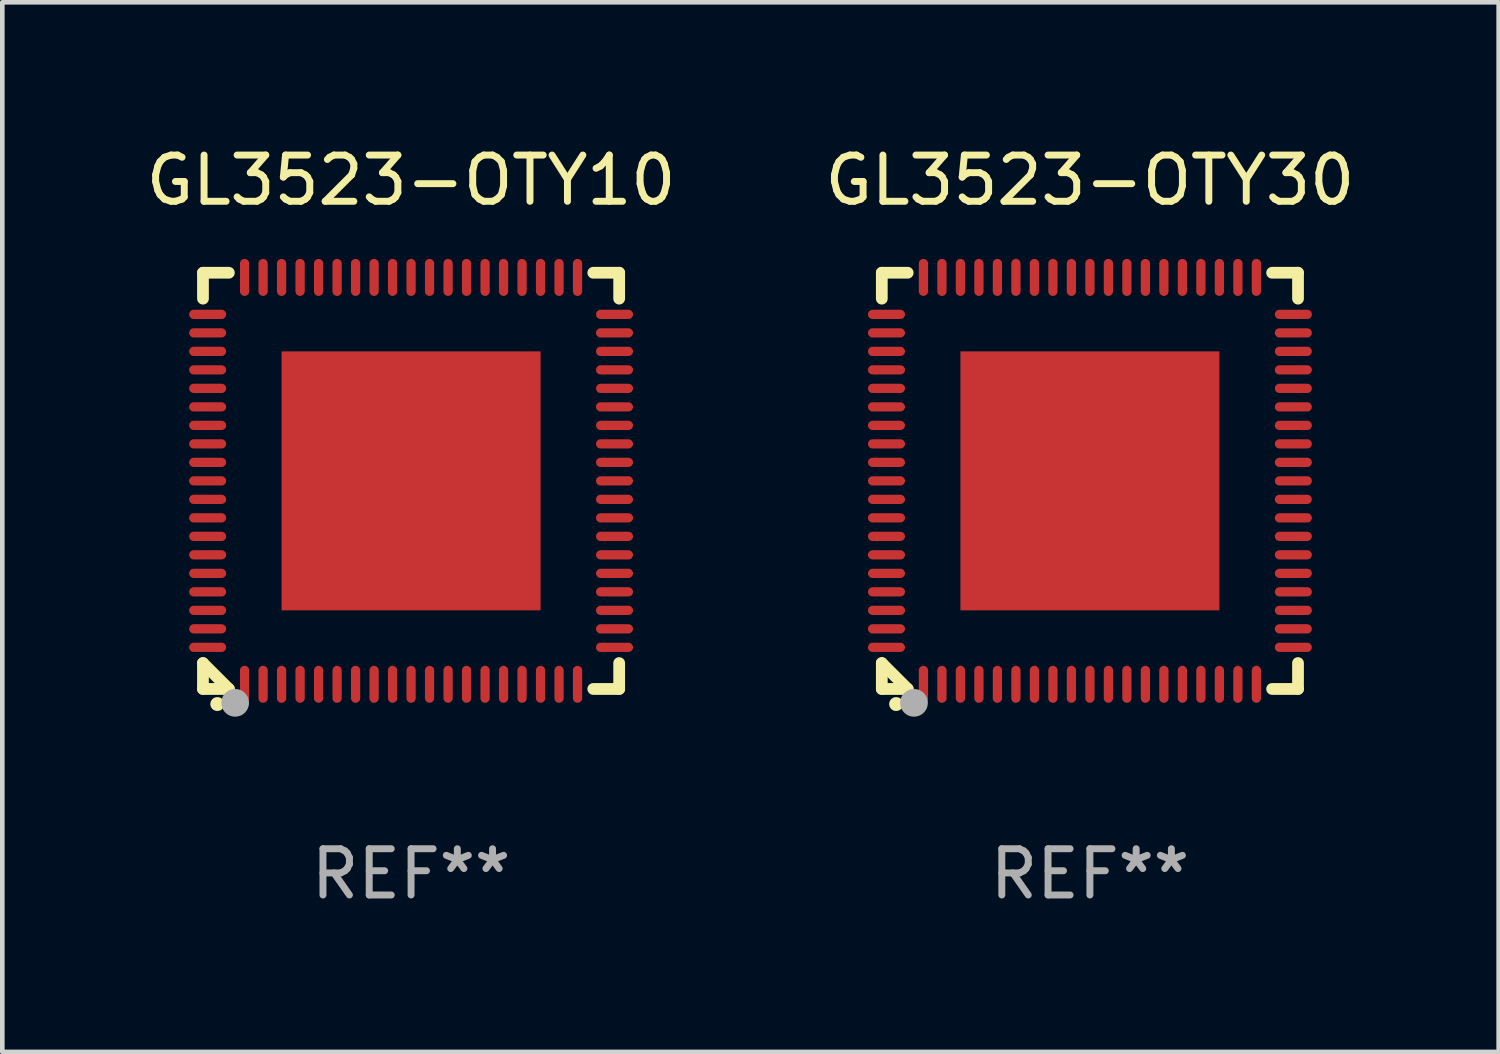
<source format=kicad_pcb>
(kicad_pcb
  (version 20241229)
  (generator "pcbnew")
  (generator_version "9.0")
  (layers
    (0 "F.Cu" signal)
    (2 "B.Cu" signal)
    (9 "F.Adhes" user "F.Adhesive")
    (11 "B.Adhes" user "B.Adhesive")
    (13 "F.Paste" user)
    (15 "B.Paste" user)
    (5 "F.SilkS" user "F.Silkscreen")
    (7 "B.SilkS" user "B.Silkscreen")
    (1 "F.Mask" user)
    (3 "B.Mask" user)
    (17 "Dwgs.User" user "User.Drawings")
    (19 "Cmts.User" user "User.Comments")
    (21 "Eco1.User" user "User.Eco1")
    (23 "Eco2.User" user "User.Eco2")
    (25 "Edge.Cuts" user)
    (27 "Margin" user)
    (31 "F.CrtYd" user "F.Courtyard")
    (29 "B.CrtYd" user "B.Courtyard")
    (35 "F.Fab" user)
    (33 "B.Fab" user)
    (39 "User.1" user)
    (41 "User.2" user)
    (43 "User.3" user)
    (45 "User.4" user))
  (footprint "GL3523-OTY30"
    (layer "F.Cu")
    (at 20.518 7.348)
    (property "Reference" "GL3523-OTY30" (at 0 -6.5 0) (layer "F.SilkS") (effects (font (size 1 1) (thickness 0.15))))
    (attr through_hole)
    (fp_line (start -4.5 -4.5) (end -3.94 -4.5) (stroke (width 0.254) (type solid)) (layer "F.SilkS"))
    (fp_line (start -4.5 -3.94) (end -4.5 -4.5) (stroke (width 0.254) (type solid)) (layer "F.SilkS"))
    (fp_line (start -4.5 4.5) (end -4.5 3.94) (stroke (width 0.254) (type solid)) (layer "F.SilkS"))
    (fp_line (start -4.5 4.5) (end -3.94 4.5) (stroke (width 0.254) (type solid)) (layer "F.SilkS"))
    (fp_line (start -4.5 3.94) (end -3.94 4.5) (stroke (width 0.254) (type solid)) (layer "F.SilkS"))
    (fp_line (start 3.94 -4.5) (end 4.5 -4.5) (stroke (width 0.254) (type solid)) (layer "F.SilkS"))
    (fp_line (start 3.94 4.5) (end 4.5 4.5) (stroke (width 0.254) (type solid)) (layer "F.SilkS"))
    (fp_line (start 4.5 -4.5) (end 4.5 -3.94) (stroke (width 0.254) (type solid)) (layer "F.SilkS"))
    (fp_line (start 4.5 3.94) (end 4.5 4.5) (stroke (width 0.254) (type solid)) (layer "F.SilkS"))
    (fp_arc (start -4.190907 4.826073) (mid -4.189637 4.826068) (end -4.188367 4.826073) (stroke (width 0.3) (type solid)) (layer "F.SilkS"))
    (fp_circle (center -4.5 4.5) (end -4.47 4.5) (stroke (width 0.06) (type solid)) (fill no) (layer "F.SilkS"))
    (fp_circle (center -3.804 4.8) (end -3.654 4.8) (stroke (width 0.3) (type solid)) (fill no) (layer "F.Fab"))
    (fp_text user "REF**" (at 0 8.5 0) (layer "F.Fab") (effects (font (size 1 1) (thickness 0.15))))
    (pad "1" smd oval (at -3.6 4.399 180) (size 0.2 0.8) (layers "F.Cu" "F.Mask" "F.Paste"))
    (pad "2" smd oval (at -3.2 4.399 180) (size 0.2 0.8) (layers "F.Cu" "F.Mask" "F.Paste"))
    (pad "3" smd oval (at -2.8 4.399 180) (size 0.2 0.8) (layers "F.Cu" "F.Mask" "F.Paste"))
    (pad "4" smd oval (at -2.4 4.399 180) (size 0.2 0.8) (layers "F.Cu" "F.Mask" "F.Paste"))
    (pad "5" smd oval (at -2 4.399 180) (size 0.2 0.8) (layers "F.Cu" "F.Mask" "F.Paste"))
    (pad "6" smd oval (at -1.6 4.399 180) (size 0.2 0.8) (layers "F.Cu" "F.Mask" "F.Paste"))
    (pad "7" smd oval (at -1.2 4.399 180) (size 0.2 0.8) (layers "F.Cu" "F.Mask" "F.Paste"))
    (pad "8" smd oval (at -0.8 4.399 180) (size 0.2 0.8) (layers "F.Cu" "F.Mask" "F.Paste"))
    (pad "9" smd oval (at -0.4 4.399 180) (size 0.2 0.8) (layers "F.Cu" "F.Mask" "F.Paste"))
    (pad "10" smd oval (at 0.000203 4.399 180) (size 0.2 0.8) (layers "F.Cu" "F.Mask" "F.Paste"))
    (pad "11" smd oval (at 0.4 4.399 180) (size 0.2 0.8) (layers "F.Cu" "F.Mask" "F.Paste"))
    (pad "12" smd oval (at 0.8 4.399 180) (size 0.2 0.8) (layers "F.Cu" "F.Mask" "F.Paste"))
    (pad "13" smd oval (at 1.2 4.399 180) (size 0.2 0.8) (layers "F.Cu" "F.Mask" "F.Paste"))
    (pad "14" smd oval (at 1.6 4.399 180) (size 0.2 0.8) (layers "F.Cu" "F.Mask" "F.Paste"))
    (pad "15" smd oval (at 2 4.399 180) (size 0.2 0.8) (layers "F.Cu" "F.Mask" "F.Paste"))
    (pad "16" smd oval (at 2.4 4.399 180) (size 0.2 0.8) (layers "F.Cu" "F.Mask" "F.Paste"))
    (pad "17" smd oval (at 2.8 4.399 180) (size 0.2 0.8) (layers "F.Cu" "F.Mask" "F.Paste"))
    (pad "18" smd oval (at 3.2 4.399 180) (size 0.2 0.8) (layers "F.Cu" "F.Mask" "F.Paste"))
    (pad "19" smd oval (at 3.6 4.399 180) (size 0.2 0.8) (layers "F.Cu" "F.Mask" "F.Paste"))
    (pad "20" smd oval (at 4.399 3.6 270) (size 0.2 0.8) (layers "F.Cu" "F.Mask" "F.Paste"))
    (pad "21" smd oval (at 4.399 3.2 270) (size 0.2 0.8) (layers "F.Cu" "F.Mask" "F.Paste"))
    (pad "22" smd oval (at 4.399 2.8 270) (size 0.2 0.8) (layers "F.Cu" "F.Mask" "F.Paste"))
    (pad "23" smd oval (at 4.399 2.4 270) (size 0.2 0.8) (layers "F.Cu" "F.Mask" "F.Paste"))
    (pad "24" smd oval (at 4.399 2 270) (size 0.2 0.8) (layers "F.Cu" "F.Mask" "F.Paste"))
    (pad "25" smd oval (at 4.399 1.6 270) (size 0.2 0.8) (layers "F.Cu" "F.Mask" "F.Paste"))
    (pad "26" smd oval (at 4.399 1.2 270) (size 0.2 0.8) (layers "F.Cu" "F.Mask" "F.Paste"))
    (pad "27" smd oval (at 4.399 0.8 270) (size 0.2 0.8) (layers "F.Cu" "F.Mask" "F.Paste"))
    (pad "28" smd oval (at 4.399 0.4 270) (size 0.2 0.8) (layers "F.Cu" "F.Mask" "F.Paste"))
    (pad "29" smd oval (at 4.399 0.000165 270) (size 0.2 0.8) (layers "F.Cu" "F.Mask" "F.Paste"))
    (pad "30" smd oval (at 4.399 -0.4 270) (size 0.2 0.8) (layers "F.Cu" "F.Mask" "F.Paste"))
    (pad "31" smd oval (at 4.399 -0.8 270) (size 0.2 0.8) (layers "F.Cu" "F.Mask" "F.Paste"))
    (pad "32" smd oval (at 4.399 -1.2 270) (size 0.2 0.8) (layers "F.Cu" "F.Mask" "F.Paste"))
    (pad "33" smd oval (at 4.399 -1.6 270) (size 0.2 0.8) (layers "F.Cu" "F.Mask" "F.Paste"))
    (pad "34" smd oval (at 4.399 -2 270) (size 0.2 0.8) (layers "F.Cu" "F.Mask" "F.Paste"))
    (pad "35" smd oval (at 4.399 -2.4 270) (size 0.2 0.8) (layers "F.Cu" "F.Mask" "F.Paste"))
    (pad "36" smd oval (at 4.399 -2.8 270) (size 0.2 0.8) (layers "F.Cu" "F.Mask" "F.Paste"))
    (pad "37" smd oval (at 4.399 -3.2 270) (size 0.2 0.8) (layers "F.Cu" "F.Mask" "F.Paste"))
    (pad "38" smd oval (at 4.399 -3.6 270) (size 0.2 0.8) (layers "F.Cu" "F.Mask" "F.Paste"))
    (pad "39" smd oval (at 3.6 -4.399) (size 0.2 0.8) (layers "F.Cu" "F.Mask" "F.Paste"))
    (pad "40" smd oval (at 3.2 -4.399) (size 0.2 0.8) (layers "F.Cu" "F.Mask" "F.Paste"))
    (pad "41" smd oval (at 2.8 -4.399) (size 0.2 0.8) (layers "F.Cu" "F.Mask" "F.Paste"))
    (pad "42" smd oval (at 2.4 -4.399) (size 0.2 0.8) (layers "F.Cu" "F.Mask" "F.Paste"))
    (pad "43" smd oval (at 2 -4.399) (size 0.2 0.8) (layers "F.Cu" "F.Mask" "F.Paste"))
    (pad "44" smd oval (at 1.6 -4.399) (size 0.2 0.8) (layers "F.Cu" "F.Mask" "F.Paste"))
    (pad "45" smd oval (at 1.2 -4.399) (size 0.2 0.8) (layers "F.Cu" "F.Mask" "F.Paste"))
    (pad "46" smd oval (at 0.8 -4.399) (size 0.2 0.8) (layers "F.Cu" "F.Mask" "F.Paste"))
    (pad "47" smd oval (at 0.4 -4.399) (size 0.2 0.8) (layers "F.Cu" "F.Mask" "F.Paste"))
    (pad "48" smd oval (at 0.000203 -4.399) (size 0.2 0.8) (layers "F.Cu" "F.Mask" "F.Paste"))
    (pad "49" smd oval (at -0.4 -4.399) (size 0.2 0.8) (layers "F.Cu" "F.Mask" "F.Paste"))
    (pad "50" smd oval (at -0.8 -4.399) (size 0.2 0.8) (layers "F.Cu" "F.Mask" "F.Paste"))
    (pad "51" smd oval (at -1.2 -4.399) (size 0.2 0.8) (layers "F.Cu" "F.Mask" "F.Paste"))
    (pad "52" smd oval (at -1.6 -4.399) (size 0.2 0.8) (layers "F.Cu" "F.Mask" "F.Paste"))
    (pad "53" smd oval (at -2 -4.399) (size 0.2 0.8) (layers "F.Cu" "F.Mask" "F.Paste"))
    (pad "54" smd oval (at -2.4 -4.399) (size 0.2 0.8) (layers "F.Cu" "F.Mask" "F.Paste"))
    (pad "55" smd oval (at -2.8 -4.399) (size 0.2 0.8) (layers "F.Cu" "F.Mask" "F.Paste"))
    (pad "56" smd oval (at -3.2 -4.399) (size 0.2 0.8) (layers "F.Cu" "F.Mask" "F.Paste"))
    (pad "57" smd oval (at -3.6 -4.399) (size 0.2 0.8) (layers "F.Cu" "F.Mask" "F.Paste"))
    (pad "58" smd oval (at -4.399 -3.6 90) (size 0.2 0.8) (layers "F.Cu" "F.Mask" "F.Paste"))
    (pad "59" smd oval (at -4.399 -3.2 90) (size 0.2 0.8) (layers "F.Cu" "F.Mask" "F.Paste"))
    (pad "60" smd oval (at -4.399 -2.8 90) (size 0.2 0.8) (layers "F.Cu" "F.Mask" "F.Paste"))
    (pad "61" smd oval (at -4.399 -2.4 90) (size 0.2 0.8) (layers "F.Cu" "F.Mask" "F.Paste"))
    (pad "62" smd oval (at -4.399 -2 90) (size 0.2 0.8) (layers "F.Cu" "F.Mask" "F.Paste"))
    (pad "63" smd oval (at -4.399 -1.6 90) (size 0.2 0.8) (layers "F.Cu" "F.Mask" "F.Paste"))
    (pad "64" smd oval (at -4.399 -1.2 90) (size 0.2 0.8) (layers "F.Cu" "F.Mask" "F.Paste"))
    (pad "65" smd oval (at -4.399 -0.8 90) (size 0.2 0.8) (layers "F.Cu" "F.Mask" "F.Paste"))
    (pad "66" smd oval (at -4.399 -0.4 90) (size 0.2 0.8) (layers "F.Cu" "F.Mask" "F.Paste"))
    (pad "67" smd oval (at -4.399 0.000165 90) (size 0.2 0.8) (layers "F.Cu" "F.Mask" "F.Paste"))
    (pad "68" smd oval (at -4.399 0.4 90) (size 0.2 0.8) (layers "F.Cu" "F.Mask" "F.Paste"))
    (pad "69" smd oval (at -4.399 0.8 90) (size 0.2 0.8) (layers "F.Cu" "F.Mask" "F.Paste"))
    (pad "70" smd oval (at -4.399 1.2 90) (size 0.2 0.8) (layers "F.Cu" "F.Mask" "F.Paste"))
    (pad "71" smd oval (at -4.399 1.6 90) (size 0.2 0.8) (layers "F.Cu" "F.Mask" "F.Paste"))
    (pad "72" smd oval (at -4.399 2 90) (size 0.2 0.8) (layers "F.Cu" "F.Mask" "F.Paste"))
    (pad "73" smd oval (at -4.399 2.4 90) (size 0.2 0.8) (layers "F.Cu" "F.Mask" "F.Paste"))
    (pad "74" smd oval (at -4.399 2.8 90) (size 0.2 0.8) (layers "F.Cu" "F.Mask" "F.Paste"))
    (pad "75" smd oval (at -4.399 3.2 90) (size 0.2 0.8) (layers "F.Cu" "F.Mask" "F.Paste"))
    (pad "76" smd oval (at -4.399 3.6 90) (size 0.2 0.8) (layers "F.Cu" "F.Mask" "F.Paste"))
    (pad "77" smd rect (at -0.000051 -0.000089 90) (size 5.6 5.6) (layers "F.Cu" "F.Mask" "F.Paste")))
  (footprint "GL3523-OTY10"
    (layer "F.Cu")
    (at 5.839 7.348)
    (property "Reference" "GL3523-OTY10" (at 0 -6.5 0) (layer "F.SilkS") (effects (font (size 1 1) (thickness 0.15))))
    (attr through_hole)
    (fp_line (start -4.5 -4.5) (end -3.94 -4.5) (stroke (width 0.254) (type solid)) (layer "F.SilkS"))
    (fp_line (start -4.5 -3.94) (end -4.5 -4.5) (stroke (width 0.254) (type solid)) (layer "F.SilkS"))
    (fp_line (start -4.5 4.5) (end -4.5 3.94) (stroke (width 0.254) (type solid)) (layer "F.SilkS"))
    (fp_line (start -4.5 4.5) (end -3.94 4.5) (stroke (width 0.254) (type solid)) (layer "F.SilkS"))
    (fp_line (start -4.5 3.94) (end -3.94 4.5) (stroke (width 0.254) (type solid)) (layer "F.SilkS"))
    (fp_line (start 3.94 -4.5) (end 4.5 -4.5) (stroke (width 0.254) (type solid)) (layer "F.SilkS"))
    (fp_line (start 3.94 4.5) (end 4.5 4.5) (stroke (width 0.254) (type solid)) (layer "F.SilkS"))
    (fp_line (start 4.5 -4.5) (end 4.5 -3.94) (stroke (width 0.254) (type solid)) (layer "F.SilkS"))
    (fp_line (start 4.5 3.94) (end 4.5 4.5) (stroke (width 0.254) (type solid)) (layer "F.SilkS"))
    (fp_arc (start -4.190907 4.826073) (mid -4.189637 4.826068) (end -4.188367 4.826073) (stroke (width 0.3) (type solid)) (layer "F.SilkS"))
    (fp_circle (center -4.5 4.5) (end -4.47 4.5) (stroke (width 0.06) (type solid)) (fill no) (layer "F.SilkS"))
    (fp_circle (center -3.804 4.8) (end -3.654 4.8) (stroke (width 0.3) (type solid)) (fill no) (layer "F.Fab"))
    (fp_text user "REF**" (at 0 8.5 0) (layer "F.Fab") (effects (font (size 1 1) (thickness 0.15))))
    (pad "1" smd oval (at -3.6 4.399 180) (size 0.2 0.8) (layers "F.Cu" "F.Mask" "F.Paste"))
    (pad "2" smd oval (at -3.2 4.399 180) (size 0.2 0.8) (layers "F.Cu" "F.Mask" "F.Paste"))
    (pad "3" smd oval (at -2.8 4.399 180) (size 0.2 0.8) (layers "F.Cu" "F.Mask" "F.Paste"))
    (pad "4" smd oval (at -2.4 4.399 180) (size 0.2 0.8) (layers "F.Cu" "F.Mask" "F.Paste"))
    (pad "5" smd oval (at -2 4.399 180) (size 0.2 0.8) (layers "F.Cu" "F.Mask" "F.Paste"))
    (pad "6" smd oval (at -1.6 4.399 180) (size 0.2 0.8) (layers "F.Cu" "F.Mask" "F.Paste"))
    (pad "7" smd oval (at -1.2 4.399 180) (size 0.2 0.8) (layers "F.Cu" "F.Mask" "F.Paste"))
    (pad "8" smd oval (at -0.8 4.399 180) (size 0.2 0.8) (layers "F.Cu" "F.Mask" "F.Paste"))
    (pad "9" smd oval (at -0.4 4.399 180) (size 0.2 0.8) (layers "F.Cu" "F.Mask" "F.Paste"))
    (pad "10" smd oval (at 0.000203 4.399 180) (size 0.2 0.8) (layers "F.Cu" "F.Mask" "F.Paste"))
    (pad "11" smd oval (at 0.4 4.399 180) (size 0.2 0.8) (layers "F.Cu" "F.Mask" "F.Paste"))
    (pad "12" smd oval (at 0.8 4.399 180) (size 0.2 0.8) (layers "F.Cu" "F.Mask" "F.Paste"))
    (pad "13" smd oval (at 1.2 4.399 180) (size 0.2 0.8) (layers "F.Cu" "F.Mask" "F.Paste"))
    (pad "14" smd oval (at 1.6 4.399 180) (size 0.2 0.8) (layers "F.Cu" "F.Mask" "F.Paste"))
    (pad "15" smd oval (at 2 4.399 180) (size 0.2 0.8) (layers "F.Cu" "F.Mask" "F.Paste"))
    (pad "16" smd oval (at 2.4 4.399 180) (size 0.2 0.8) (layers "F.Cu" "F.Mask" "F.Paste"))
    (pad "17" smd oval (at 2.8 4.399 180) (size 0.2 0.8) (layers "F.Cu" "F.Mask" "F.Paste"))
    (pad "18" smd oval (at 3.2 4.399 180) (size 0.2 0.8) (layers "F.Cu" "F.Mask" "F.Paste"))
    (pad "19" smd oval (at 3.6 4.399 180) (size 0.2 0.8) (layers "F.Cu" "F.Mask" "F.Paste"))
    (pad "20" smd oval (at 4.399 3.6 270) (size 0.2 0.8) (layers "F.Cu" "F.Mask" "F.Paste"))
    (pad "21" smd oval (at 4.399 3.2 270) (size 0.2 0.8) (layers "F.Cu" "F.Mask" "F.Paste"))
    (pad "22" smd oval (at 4.399 2.8 270) (size 0.2 0.8) (layers "F.Cu" "F.Mask" "F.Paste"))
    (pad "23" smd oval (at 4.399 2.4 270) (size 0.2 0.8) (layers "F.Cu" "F.Mask" "F.Paste"))
    (pad "24" smd oval (at 4.399 2 270) (size 0.2 0.8) (layers "F.Cu" "F.Mask" "F.Paste"))
    (pad "25" smd oval (at 4.399 1.6 270) (size 0.2 0.8) (layers "F.Cu" "F.Mask" "F.Paste"))
    (pad "26" smd oval (at 4.399 1.2 270) (size 0.2 0.8) (layers "F.Cu" "F.Mask" "F.Paste"))
    (pad "27" smd oval (at 4.399 0.8 270) (size 0.2 0.8) (layers "F.Cu" "F.Mask" "F.Paste"))
    (pad "28" smd oval (at 4.399 0.4 270) (size 0.2 0.8) (layers "F.Cu" "F.Mask" "F.Paste"))
    (pad "29" smd oval (at 4.399 0.000165 270) (size 0.2 0.8) (layers "F.Cu" "F.Mask" "F.Paste"))
    (pad "30" smd oval (at 4.399 -0.4 270) (size 0.2 0.8) (layers "F.Cu" "F.Mask" "F.Paste"))
    (pad "31" smd oval (at 4.399 -0.8 270) (size 0.2 0.8) (layers "F.Cu" "F.Mask" "F.Paste"))
    (pad "32" smd oval (at 4.399 -1.2 270) (size 0.2 0.8) (layers "F.Cu" "F.Mask" "F.Paste"))
    (pad "33" smd oval (at 4.399 -1.6 270) (size 0.2 0.8) (layers "F.Cu" "F.Mask" "F.Paste"))
    (pad "34" smd oval (at 4.399 -2 270) (size 0.2 0.8) (layers "F.Cu" "F.Mask" "F.Paste"))
    (pad "35" smd oval (at 4.399 -2.4 270) (size 0.2 0.8) (layers "F.Cu" "F.Mask" "F.Paste"))
    (pad "36" smd oval (at 4.399 -2.8 270) (size 0.2 0.8) (layers "F.Cu" "F.Mask" "F.Paste"))
    (pad "37" smd oval (at 4.399 -3.2 270) (size 0.2 0.8) (layers "F.Cu" "F.Mask" "F.Paste"))
    (pad "38" smd oval (at 4.399 -3.6 270) (size 0.2 0.8) (layers "F.Cu" "F.Mask" "F.Paste"))
    (pad "39" smd oval (at 3.6 -4.399) (size 0.2 0.8) (layers "F.Cu" "F.Mask" "F.Paste"))
    (pad "40" smd oval (at 3.2 -4.399) (size 0.2 0.8) (layers "F.Cu" "F.Mask" "F.Paste"))
    (pad "41" smd oval (at 2.8 -4.399) (size 0.2 0.8) (layers "F.Cu" "F.Mask" "F.Paste"))
    (pad "42" smd oval (at 2.4 -4.399) (size 0.2 0.8) (layers "F.Cu" "F.Mask" "F.Paste"))
    (pad "43" smd oval (at 2 -4.399) (size 0.2 0.8) (layers "F.Cu" "F.Mask" "F.Paste"))
    (pad "44" smd oval (at 1.6 -4.399) (size 0.2 0.8) (layers "F.Cu" "F.Mask" "F.Paste"))
    (pad "45" smd oval (at 1.2 -4.399) (size 0.2 0.8) (layers "F.Cu" "F.Mask" "F.Paste"))
    (pad "46" smd oval (at 0.8 -4.399) (size 0.2 0.8) (layers "F.Cu" "F.Mask" "F.Paste"))
    (pad "47" smd oval (at 0.4 -4.399) (size 0.2 0.8) (layers "F.Cu" "F.Mask" "F.Paste"))
    (pad "48" smd oval (at 0.000203 -4.399) (size 0.2 0.8) (layers "F.Cu" "F.Mask" "F.Paste"))
    (pad "49" smd oval (at -0.4 -4.399) (size 0.2 0.8) (layers "F.Cu" "F.Mask" "F.Paste"))
    (pad "50" smd oval (at -0.8 -4.399) (size 0.2 0.8) (layers "F.Cu" "F.Mask" "F.Paste"))
    (pad "51" smd oval (at -1.2 -4.399) (size 0.2 0.8) (layers "F.Cu" "F.Mask" "F.Paste"))
    (pad "52" smd oval (at -1.6 -4.399) (size 0.2 0.8) (layers "F.Cu" "F.Mask" "F.Paste"))
    (pad "53" smd oval (at -2 -4.399) (size 0.2 0.8) (layers "F.Cu" "F.Mask" "F.Paste"))
    (pad "54" smd oval (at -2.4 -4.399) (size 0.2 0.8) (layers "F.Cu" "F.Mask" "F.Paste"))
    (pad "55" smd oval (at -2.8 -4.399) (size 0.2 0.8) (layers "F.Cu" "F.Mask" "F.Paste"))
    (pad "56" smd oval (at -3.2 -4.399) (size 0.2 0.8) (layers "F.Cu" "F.Mask" "F.Paste"))
    (pad "57" smd oval (at -3.6 -4.399) (size 0.2 0.8) (layers "F.Cu" "F.Mask" "F.Paste"))
    (pad "58" smd oval (at -4.399 -3.6 90) (size 0.2 0.8) (layers "F.Cu" "F.Mask" "F.Paste"))
    (pad "59" smd oval (at -4.399 -3.2 90) (size 0.2 0.8) (layers "F.Cu" "F.Mask" "F.Paste"))
    (pad "60" smd oval (at -4.399 -2.8 90) (size 0.2 0.8) (layers "F.Cu" "F.Mask" "F.Paste"))
    (pad "61" smd oval (at -4.399 -2.4 90) (size 0.2 0.8) (layers "F.Cu" "F.Mask" "F.Paste"))
    (pad "62" smd oval (at -4.399 -2 90) (size 0.2 0.8) (layers "F.Cu" "F.Mask" "F.Paste"))
    (pad "63" smd oval (at -4.399 -1.6 90) (size 0.2 0.8) (layers "F.Cu" "F.Mask" "F.Paste"))
    (pad "64" smd oval (at -4.399 -1.2 90) (size 0.2 0.8) (layers "F.Cu" "F.Mask" "F.Paste"))
    (pad "65" smd oval (at -4.399 -0.8 90) (size 0.2 0.8) (layers "F.Cu" "F.Mask" "F.Paste"))
    (pad "66" smd oval (at -4.399 -0.4 90) (size 0.2 0.8) (layers "F.Cu" "F.Mask" "F.Paste"))
    (pad "67" smd oval (at -4.399 0.000165 90) (size 0.2 0.8) (layers "F.Cu" "F.Mask" "F.Paste"))
    (pad "68" smd oval (at -4.399 0.4 90) (size 0.2 0.8) (layers "F.Cu" "F.Mask" "F.Paste"))
    (pad "69" smd oval (at -4.399 0.8 90) (size 0.2 0.8) (layers "F.Cu" "F.Mask" "F.Paste"))
    (pad "70" smd oval (at -4.399 1.2 90) (size 0.2 0.8) (layers "F.Cu" "F.Mask" "F.Paste"))
    (pad "71" smd oval (at -4.399 1.6 90) (size 0.2 0.8) (layers "F.Cu" "F.Mask" "F.Paste"))
    (pad "72" smd oval (at -4.399 2 90) (size 0.2 0.8) (layers "F.Cu" "F.Mask" "F.Paste"))
    (pad "73" smd oval (at -4.399 2.4 90) (size 0.2 0.8) (layers "F.Cu" "F.Mask" "F.Paste"))
    (pad "74" smd oval (at -4.399 2.8 90) (size 0.2 0.8) (layers "F.Cu" "F.Mask" "F.Paste"))
    (pad "75" smd oval (at -4.399 3.2 90) (size 0.2 0.8) (layers "F.Cu" "F.Mask" "F.Paste"))
    (pad "76" smd oval (at -4.399 3.6 90) (size 0.2 0.8) (layers "F.Cu" "F.Mask" "F.Paste"))
    (pad "77" smd rect (at -0.000051 -0.000089 90) (size 5.6 5.6) (layers "F.Cu" "F.Mask" "F.Paste")))
  (gr_rect
    (start -3 -3)
    (end 29.357 19.696)
    (stroke (width 0.1) (type default))
    (fill no)
    (layer "Edge.Cuts")))
</source>
